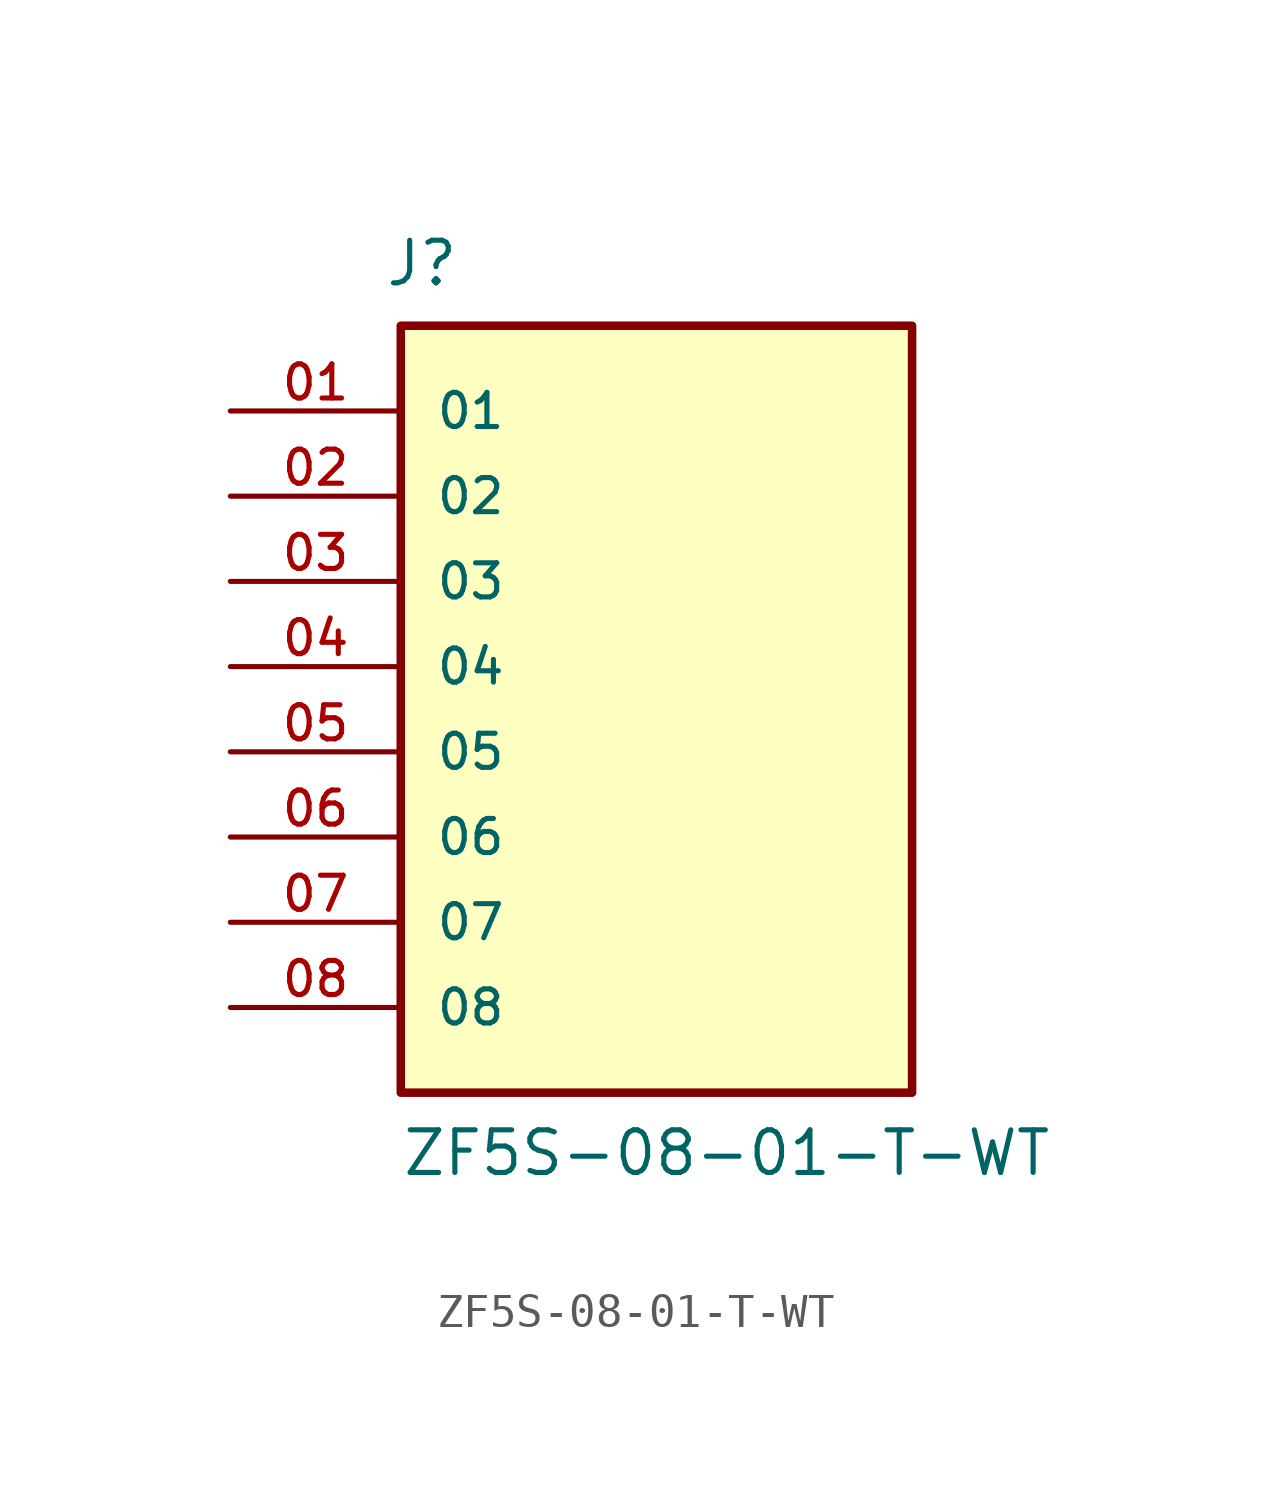
<source format=kicad_sym>
(kicad_symbol_lib
  (version 20211014)
  (generator kicad_symbol_editor)
  (symbol "ZF5S-08-01-T-WT"
    (pin_names
      (offset 1.016))
    (property "Reference" "J"
      (at -8.12 11.276 0)
      (effects (font (size 1.27 1.27)) (justify bottom left)))
    (property "Value" "ZF5S-08-01-T-WT"
      (at -7.62 -15.24 0)
      (effects (font (size 1.27 1.27)) (justify bottom left)))
    (symbol "ZF5S-08-01-T-WT_0_0"
      (rectangle (start -7.62 -12.7) (end 7.62 10.16) (stroke (width 0.254)) (fill (type background)))
      (pin passive line (at -12.7 7.62 0) (length 5.08) (name "01" (effects (font (size 1.016 1.016)))) (number "01" (effects (font (size 1.016 1.016)))))
      (pin passive line (at -12.7 5.08 0) (length 5.08) (name "02" (effects (font (size 1.016 1.016)))) (number "02" (effects (font (size 1.016 1.016)))))
      (pin passive line (at -12.7 2.54 0) (length 5.08) (name "03" (effects (font (size 1.016 1.016)))) (number "03" (effects (font (size 1.016 1.016)))))
      (pin passive line (at -12.7 0.0 0) (length 5.08) (name "04" (effects (font (size 1.016 1.016)))) (number "04" (effects (font (size 1.016 1.016)))))
      (pin passive line (at -12.7 -2.54 0) (length 5.08) (name "05" (effects (font (size 1.016 1.016)))) (number "05" (effects (font (size 1.016 1.016)))))
      (pin passive line (at -12.7 -5.08 0) (length 5.08) (name "06" (effects (font (size 1.016 1.016)))) (number "06" (effects (font (size 1.016 1.016)))))
      (pin passive line (at -12.7 -7.62 0) (length 5.08) (name "07" (effects (font (size 1.016 1.016)))) (number "07" (effects (font (size 1.016 1.016)))))
      (pin passive line (at -12.7 -10.16 0) (length 5.08) (name "08" (effects (font (size 1.016 1.016)))) (number "08" (effects (font (size 1.016 1.016))))))))
</source>
